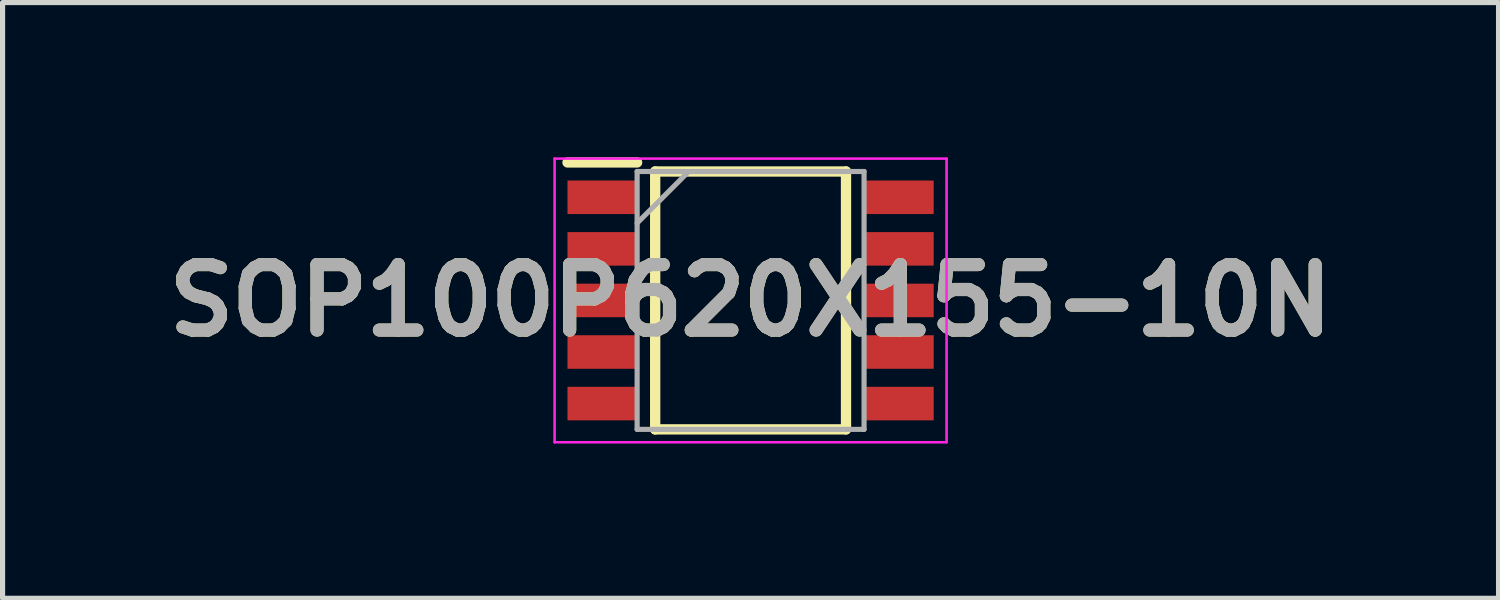
<source format=kicad_pcb>
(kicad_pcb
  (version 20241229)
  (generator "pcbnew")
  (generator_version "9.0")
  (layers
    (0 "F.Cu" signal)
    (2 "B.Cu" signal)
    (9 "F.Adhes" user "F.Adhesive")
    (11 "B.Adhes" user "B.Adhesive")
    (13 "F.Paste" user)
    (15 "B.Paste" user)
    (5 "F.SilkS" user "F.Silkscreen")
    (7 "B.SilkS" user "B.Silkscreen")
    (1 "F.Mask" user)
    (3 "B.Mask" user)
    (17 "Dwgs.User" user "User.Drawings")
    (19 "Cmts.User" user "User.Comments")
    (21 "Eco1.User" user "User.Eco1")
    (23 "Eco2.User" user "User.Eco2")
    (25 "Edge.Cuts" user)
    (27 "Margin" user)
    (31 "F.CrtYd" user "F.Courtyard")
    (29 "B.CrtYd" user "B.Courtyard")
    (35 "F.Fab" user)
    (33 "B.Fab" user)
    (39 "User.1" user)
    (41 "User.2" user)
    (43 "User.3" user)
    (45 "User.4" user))
  (footprint "SOP100P620X155-10N"
    (layer "F.Cu")
    (at 11.503 2.775)
    (property "Reference" "SOP100P620X155-10N" (at 0 0 0) (layer "F.SilkS") (effects (font (size 1.27 1.27) (thickness 0.254))))
    (attr smd)
    (fp_line (start -3.55 -2.675) (end -2.2 -2.675) (stroke (width 0.2) (type solid)) (layer "F.SilkS"))
    (fp_line (start -1.85 -2.5) (end 1.85 -2.5) (stroke (width 0.2) (type solid)) (layer "F.SilkS"))
    (fp_line (start -1.85 2.5) (end -1.85 -2.5) (stroke (width 0.2) (type solid)) (layer "F.SilkS"))
    (fp_line (start 1.85 -2.5) (end 1.85 2.5) (stroke (width 0.2) (type solid)) (layer "F.SilkS"))
    (fp_line (start 1.85 2.5) (end -1.85 2.5) (stroke (width 0.2) (type solid)) (layer "F.SilkS"))
    (fp_line (start -3.8 -2.75) (end 3.8 -2.75) (stroke (width 0.05) (type solid)) (layer "F.CrtYd"))
    (fp_line (start -3.8 2.75) (end -3.8 -2.75) (stroke (width 0.05) (type solid)) (layer "F.CrtYd"))
    (fp_line (start 3.8 -2.75) (end 3.8 2.75) (stroke (width 0.05) (type solid)) (layer "F.CrtYd"))
    (fp_line (start 3.8 2.75) (end -3.8 2.75) (stroke (width 0.05) (type solid)) (layer "F.CrtYd"))
    (fp_line (start -2.2 -2.5) (end 2.2 -2.5) (stroke (width 0.1) (type solid)) (layer "F.Fab"))
    (fp_line (start -2.2 -1.5) (end -1.2 -2.5) (stroke (width 0.1) (type solid)) (layer "F.Fab"))
    (fp_line (start -2.2 2.5) (end -2.2 -2.5) (stroke (width 0.1) (type solid)) (layer "F.Fab"))
    (fp_line (start 2.2 -2.5) (end 2.2 2.5) (stroke (width 0.1) (type solid)) (layer "F.Fab"))
    (fp_line (start 2.2 2.5) (end -2.2 2.5) (stroke (width 0.1) (type solid)) (layer "F.Fab"))
    (fp_text user "${REFERENCE}" (at 0 0 0) (layer "F.Fab") (effects (font (size 1.27 1.27) (thickness 0.254))))
    (pad "1" smd rect (at -2.875 -2 90) (size 0.65 1.35) (layers "F.Cu" "F.Mask" "F.Paste"))
    (pad "2" smd rect (at -2.875 -1 90) (size 0.65 1.35) (layers "F.Cu" "F.Mask" "F.Paste"))
    (pad "3" smd rect (at -2.875 0 90) (size 0.65 1.35) (layers "F.Cu" "F.Mask" "F.Paste"))
    (pad "4" smd rect (at -2.875 1 90) (size 0.65 1.35) (layers "F.Cu" "F.Mask" "F.Paste"))
    (pad "5" smd rect (at -2.875 2 90) (size 0.65 1.35) (layers "F.Cu" "F.Mask" "F.Paste"))
    (pad "6" smd rect (at 2.875 2 90) (size 0.65 1.35) (layers "F.Cu" "F.Mask" "F.Paste"))
    (pad "7" smd rect (at 2.875 1 90) (size 0.65 1.35) (layers "F.Cu" "F.Mask" "F.Paste"))
    (pad "8" smd rect (at 2.875 0 90) (size 0.65 1.35) (layers "F.Cu" "F.Mask" "F.Paste"))
    (pad "9" smd rect (at 2.875 -1 90) (size 0.65 1.35) (layers "F.Cu" "F.Mask" "F.Paste"))
    (pad "10" smd rect (at 2.875 -2 90) (size 0.65 1.35) (layers "F.Cu" "F.Mask" "F.Paste")))
  (gr_rect
    (start -3 -3)
    (end 26.005 8.55)
    (stroke (width 0.1) (type default))
    (fill no)
    (layer "Edge.Cuts")))
</source>
